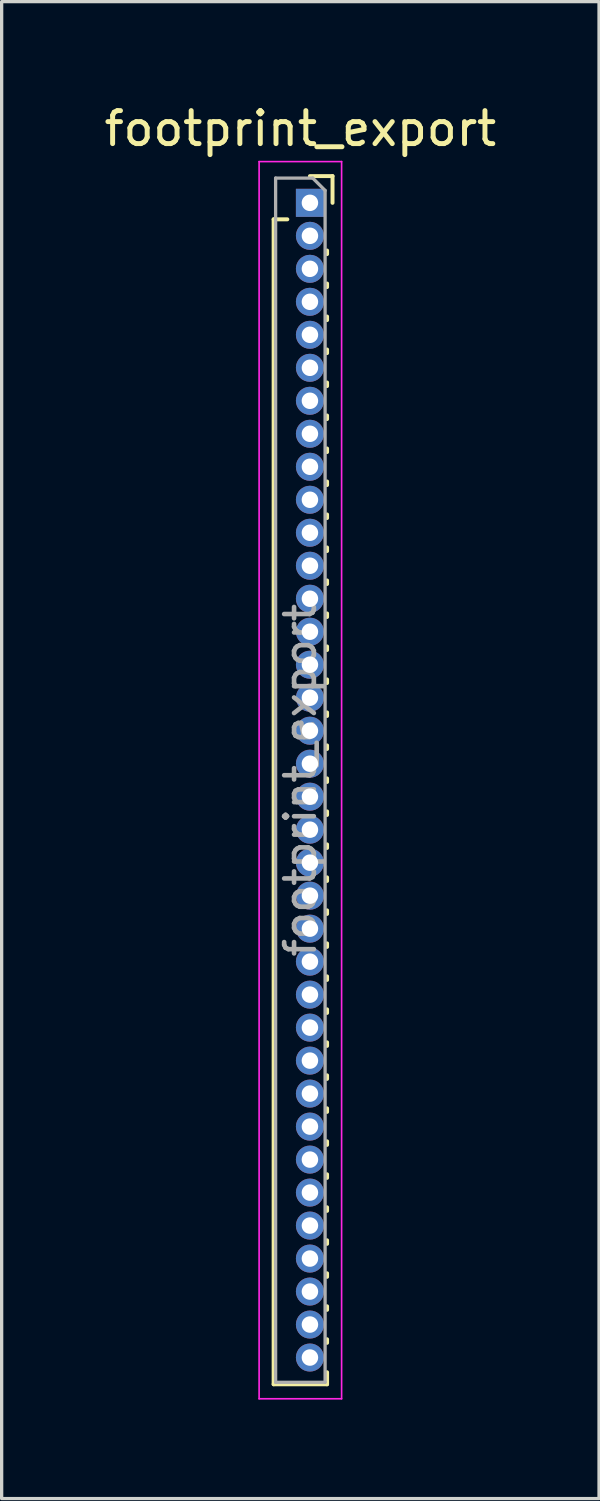
<source format=kicad_pcb>
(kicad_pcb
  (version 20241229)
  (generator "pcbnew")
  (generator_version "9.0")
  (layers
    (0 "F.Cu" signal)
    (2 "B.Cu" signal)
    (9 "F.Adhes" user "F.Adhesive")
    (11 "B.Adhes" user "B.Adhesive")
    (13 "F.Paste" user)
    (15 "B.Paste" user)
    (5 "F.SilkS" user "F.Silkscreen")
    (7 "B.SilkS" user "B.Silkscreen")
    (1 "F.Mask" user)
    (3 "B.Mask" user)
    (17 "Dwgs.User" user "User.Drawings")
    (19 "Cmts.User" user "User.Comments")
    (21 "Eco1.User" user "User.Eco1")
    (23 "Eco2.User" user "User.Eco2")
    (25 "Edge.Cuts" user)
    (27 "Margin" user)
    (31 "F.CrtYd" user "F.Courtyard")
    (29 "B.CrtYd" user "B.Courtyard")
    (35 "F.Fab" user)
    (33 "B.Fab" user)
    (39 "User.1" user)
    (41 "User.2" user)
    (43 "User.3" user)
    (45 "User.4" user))
  (footprint "footprint_export"
    (layer "F.Cu")
    (at 6.344 3.098)
    (property "Reference" "footprint_export" (at -0.29 -2.25 0) (layer "F.SilkS") (effects (font (size 1 1) (thickness 0.15))))
    (attr through_hole)
    (fp_line (start -1.1 0.5) (end -1.1 35.81) (stroke (width 0.12) (type solid)) (layer "F.SilkS"))
    (fp_line (start -1.1 0.5) (end -0.685 0.5) (stroke (width 0.12) (type solid)) (layer "F.SilkS"))
    (fp_line (start -1.1 35.81) (end 0.52 35.81) (stroke (width 0.12) (type solid)) (layer "F.SilkS"))
    (fp_line (start 0 -0.81) (end 0.685 -0.81) (stroke (width 0.12) (type solid)) (layer "F.SilkS"))
    (fp_line (start 0.52 1.446) (end 0.52 1.554) (stroke (width 0.12) (type solid)) (layer "F.SilkS"))
    (fp_line (start 0.52 2.446) (end 0.52 2.554) (stroke (width 0.12) (type solid)) (layer "F.SilkS"))
    (fp_line (start 0.52 3.446) (end 0.52 3.554) (stroke (width 0.12) (type solid)) (layer "F.SilkS"))
    (fp_line (start 0.52 4.446) (end 0.52 4.554) (stroke (width 0.12) (type solid)) (layer "F.SilkS"))
    (fp_line (start 0.52 5.446) (end 0.52 5.554) (stroke (width 0.12) (type solid)) (layer "F.SilkS"))
    (fp_line (start 0.52 6.446) (end 0.52 6.554) (stroke (width 0.12) (type solid)) (layer "F.SilkS"))
    (fp_line (start 0.52 7.446) (end 0.52 7.554) (stroke (width 0.12) (type solid)) (layer "F.SilkS"))
    (fp_line (start 0.52 8.446) (end 0.52 8.554) (stroke (width 0.12) (type solid)) (layer "F.SilkS"))
    (fp_line (start 0.52 9.446) (end 0.52 9.554) (stroke (width 0.12) (type solid)) (layer "F.SilkS"))
    (fp_line (start 0.52 10.446) (end 0.52 10.554) (stroke (width 0.12) (type solid)) (layer "F.SilkS"))
    (fp_line (start 0.52 11.446) (end 0.52 11.554) (stroke (width 0.12) (type solid)) (layer "F.SilkS"))
    (fp_line (start 0.52 12.446) (end 0.52 12.554) (stroke (width 0.12) (type solid)) (layer "F.SilkS"))
    (fp_line (start 0.52 13.446) (end 0.52 13.554) (stroke (width 0.12) (type solid)) (layer "F.SilkS"))
    (fp_line (start 0.52 14.446) (end 0.52 14.554) (stroke (width 0.12) (type solid)) (layer "F.SilkS"))
    (fp_line (start 0.52 15.446) (end 0.52 15.554) (stroke (width 0.12) (type solid)) (layer "F.SilkS"))
    (fp_line (start 0.52 16.446) (end 0.52 16.554) (stroke (width 0.12) (type solid)) (layer "F.SilkS"))
    (fp_line (start 0.52 17.446) (end 0.52 17.554) (stroke (width 0.12) (type solid)) (layer "F.SilkS"))
    (fp_line (start 0.52 18.446) (end 0.52 18.554) (stroke (width 0.12) (type solid)) (layer "F.SilkS"))
    (fp_line (start 0.52 19.446) (end 0.52 19.554) (stroke (width 0.12) (type solid)) (layer "F.SilkS"))
    (fp_line (start 0.52 20.446) (end 0.52 20.554) (stroke (width 0.12) (type solid)) (layer "F.SilkS"))
    (fp_line (start 0.52 21.446) (end 0.52 21.554) (stroke (width 0.12) (type solid)) (layer "F.SilkS"))
    (fp_line (start 0.52 22.446) (end 0.52 22.554) (stroke (width 0.12) (type solid)) (layer "F.SilkS"))
    (fp_line (start 0.52 23.446) (end 0.52 23.554) (stroke (width 0.12) (type solid)) (layer "F.SilkS"))
    (fp_line (start 0.52 24.446) (end 0.52 24.554) (stroke (width 0.12) (type solid)) (layer "F.SilkS"))
    (fp_line (start 0.52 25.446) (end 0.52 25.554) (stroke (width 0.12) (type solid)) (layer "F.SilkS"))
    (fp_line (start 0.52 26.446) (end 0.52 26.554) (stroke (width 0.12) (type solid)) (layer "F.SilkS"))
    (fp_line (start 0.52 27.446) (end 0.52 27.554) (stroke (width 0.12) (type solid)) (layer "F.SilkS"))
    (fp_line (start 0.52 28.446) (end 0.52 28.554) (stroke (width 0.12) (type solid)) (layer "F.SilkS"))
    (fp_line (start 0.52 29.446) (end 0.52 29.554) (stroke (width 0.12) (type solid)) (layer "F.SilkS"))
    (fp_line (start 0.52 30.446) (end 0.52 30.554) (stroke (width 0.12) (type solid)) (layer "F.SilkS"))
    (fp_line (start 0.52 31.446) (end 0.52 31.554) (stroke (width 0.12) (type solid)) (layer "F.SilkS"))
    (fp_line (start 0.52 32.446) (end 0.52 32.554) (stroke (width 0.12) (type solid)) (layer "F.SilkS"))
    (fp_line (start 0.52 33.446) (end 0.52 33.554) (stroke (width 0.12) (type solid)) (layer "F.SilkS"))
    (fp_line (start 0.52 34.446) (end 0.52 34.554) (stroke (width 0.12) (type solid)) (layer "F.SilkS"))
    (fp_line (start 0.52 35.446) (end 0.52 35.81) (stroke (width 0.12) (type solid)) (layer "F.SilkS"))
    (fp_line (start 0.685 -0.81) (end 0.685 0) (stroke (width 0.12) (type solid)) (layer "F.SilkS"))
    (fp_line (start -1.54 -1.25) (end 0.96 -1.25) (stroke (width 0.05) (type solid)) (layer "F.CrtYd"))
    (fp_line (start -1.54 36.25) (end -1.54 -1.25) (stroke (width 0.05) (type solid)) (layer "F.CrtYd"))
    (fp_line (start 0.96 -1.25) (end 0.96 36.25) (stroke (width 0.05) (type solid)) (layer "F.CrtYd"))
    (fp_line (start 0.96 36.25) (end -1.54 36.25) (stroke (width 0.05) (type solid)) (layer "F.CrtYd"))
    (fp_line (start -1.04 -0.75) (end 0.085 -0.75) (stroke (width 0.1) (type solid)) (layer "F.Fab"))
    (fp_line (start -1.04 35.75) (end -1.04 -0.75) (stroke (width 0.1) (type solid)) (layer "F.Fab"))
    (fp_line (start 0.085 -0.75) (end 0.46 -0.375) (stroke (width 0.1) (type solid)) (layer "F.Fab"))
    (fp_line (start 0.46 -0.375) (end 0.46 35.75) (stroke (width 0.1) (type solid)) (layer "F.Fab"))
    (fp_line (start 0.46 35.75) (end -1.04 35.75) (stroke (width 0.1) (type solid)) (layer "F.Fab"))
    (fp_text user "${REFERENCE}" (at -0.29 17.5 90) (layer "F.Fab") (effects (font (size 0.9 0.9) (thickness 0.14))))
    (pad "1" thru_hole rect (at 0 0) (size 0.85 0.85) (drill 0.5) (layers "*.Cu" "*.Mask"))
    (pad "2" thru_hole oval (at 0 1) (size 0.85 0.85) (drill 0.5) (layers "*.Cu" "*.Mask"))
    (pad "3" thru_hole oval (at 0 2) (size 0.85 0.85) (drill 0.5) (layers "*.Cu" "*.Mask"))
    (pad "4" thru_hole oval (at 0 3) (size 0.85 0.85) (drill 0.5) (layers "*.Cu" "*.Mask"))
    (pad "5" thru_hole oval (at 0 4) (size 0.85 0.85) (drill 0.5) (layers "*.Cu" "*.Mask"))
    (pad "6" thru_hole oval (at 0 5) (size 0.85 0.85) (drill 0.5) (layers "*.Cu" "*.Mask"))
    (pad "7" thru_hole oval (at 0 6) (size 0.85 0.85) (drill 0.5) (layers "*.Cu" "*.Mask"))
    (pad "8" thru_hole oval (at 0 7) (size 0.85 0.85) (drill 0.5) (layers "*.Cu" "*.Mask"))
    (pad "9" thru_hole oval (at 0 8) (size 0.85 0.85) (drill 0.5) (layers "*.Cu" "*.Mask"))
    (pad "10" thru_hole oval (at 0 9) (size 0.85 0.85) (drill 0.5) (layers "*.Cu" "*.Mask"))
    (pad "11" thru_hole oval (at 0 10) (size 0.85 0.85) (drill 0.5) (layers "*.Cu" "*.Mask"))
    (pad "12" thru_hole oval (at 0 11) (size 0.85 0.85) (drill 0.5) (layers "*.Cu" "*.Mask"))
    (pad "13" thru_hole oval (at 0 12) (size 0.85 0.85) (drill 0.5) (layers "*.Cu" "*.Mask"))
    (pad "14" thru_hole oval (at 0 13) (size 0.85 0.85) (drill 0.5) (layers "*.Cu" "*.Mask"))
    (pad "15" thru_hole oval (at 0 14) (size 0.85 0.85) (drill 0.5) (layers "*.Cu" "*.Mask"))
    (pad "16" thru_hole oval (at 0 15) (size 0.85 0.85) (drill 0.5) (layers "*.Cu" "*.Mask"))
    (pad "17" thru_hole oval (at 0 16) (size 0.85 0.85) (drill 0.5) (layers "*.Cu" "*.Mask"))
    (pad "18" thru_hole oval (at 0 17) (size 0.85 0.85) (drill 0.5) (layers "*.Cu" "*.Mask"))
    (pad "19" thru_hole oval (at 0 18) (size 0.85 0.85) (drill 0.5) (layers "*.Cu" "*.Mask"))
    (pad "20" thru_hole oval (at 0 19) (size 0.85 0.85) (drill 0.5) (layers "*.Cu" "*.Mask"))
    (pad "21" thru_hole oval (at 0 20) (size 0.85 0.85) (drill 0.5) (layers "*.Cu" "*.Mask"))
    (pad "22" thru_hole oval (at 0 21) (size 0.85 0.85) (drill 0.5) (layers "*.Cu" "*.Mask"))
    (pad "23" thru_hole oval (at 0 22) (size 0.85 0.85) (drill 0.5) (layers "*.Cu" "*.Mask"))
    (pad "24" thru_hole oval (at 0 23) (size 0.85 0.85) (drill 0.5) (layers "*.Cu" "*.Mask"))
    (pad "25" thru_hole oval (at 0 24) (size 0.85 0.85) (drill 0.5) (layers "*.Cu" "*.Mask"))
    (pad "26" thru_hole oval (at 0 25) (size 0.85 0.85) (drill 0.5) (layers "*.Cu" "*.Mask"))
    (pad "27" thru_hole oval (at 0 26) (size 0.85 0.85) (drill 0.5) (layers "*.Cu" "*.Mask"))
    (pad "28" thru_hole oval (at 0 27) (size 0.85 0.85) (drill 0.5) (layers "*.Cu" "*.Mask"))
    (pad "29" thru_hole oval (at 0 28) (size 0.85 0.85) (drill 0.5) (layers "*.Cu" "*.Mask"))
    (pad "30" thru_hole oval (at 0 29) (size 0.85 0.85) (drill 0.5) (layers "*.Cu" "*.Mask"))
    (pad "31" thru_hole oval (at 0 30) (size 0.85 0.85) (drill 0.5) (layers "*.Cu" "*.Mask"))
    (pad "32" thru_hole oval (at 0 31) (size 0.85 0.85) (drill 0.5) (layers "*.Cu" "*.Mask"))
    (pad "33" thru_hole oval (at 0 32) (size 0.85 0.85) (drill 0.5) (layers "*.Cu" "*.Mask"))
    (pad "34" thru_hole oval (at 0 33) (size 0.85 0.85) (drill 0.5) (layers "*.Cu" "*.Mask"))
    (pad "35" thru_hole oval (at 0 34) (size 0.85 0.85) (drill 0.5) (layers "*.Cu" "*.Mask"))
    (pad "36" thru_hole oval (at 0 35) (size 0.85 0.85) (drill 0.5) (layers "*.Cu" "*.Mask")))
  (gr_rect
    (start -3 -3)
    (end 15.107 42.373)
    (stroke (width 0.1) (type default))
    (fill no)
    (layer "Edge.Cuts")))
</source>
